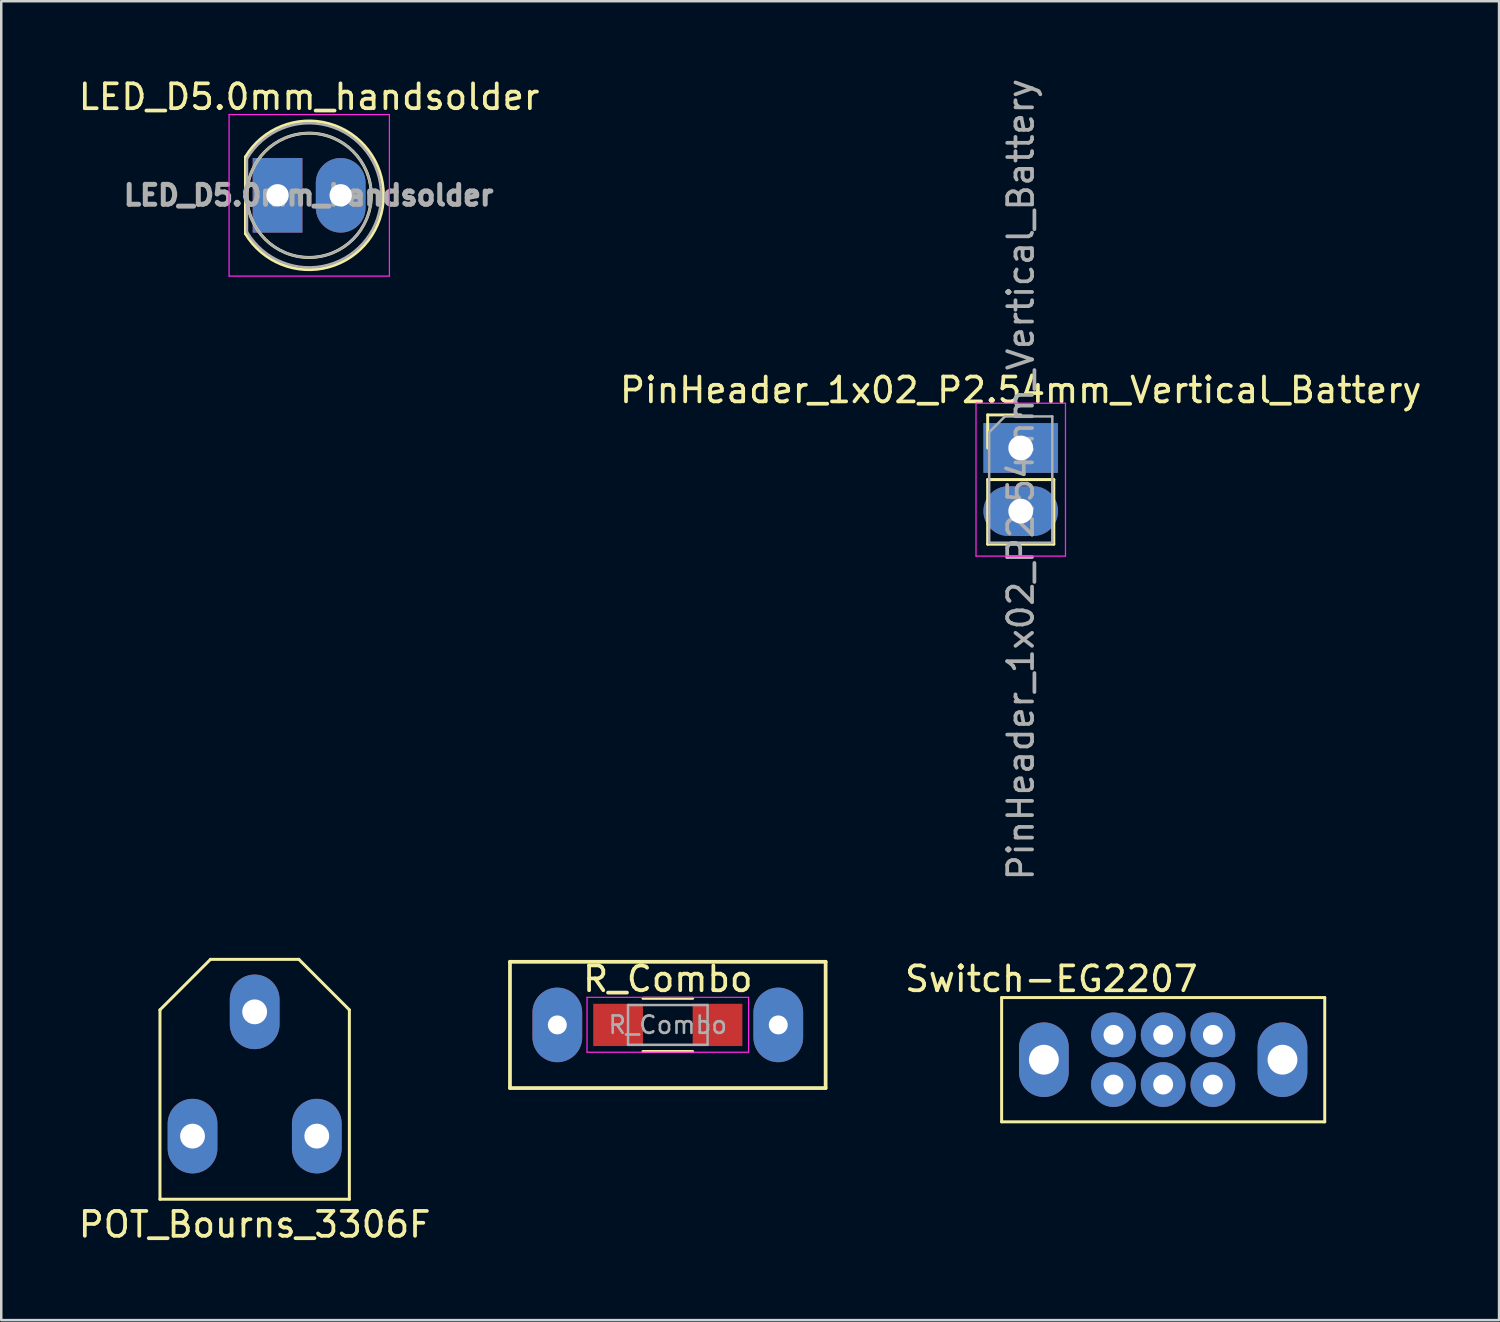
<source format=kicad_pcb>
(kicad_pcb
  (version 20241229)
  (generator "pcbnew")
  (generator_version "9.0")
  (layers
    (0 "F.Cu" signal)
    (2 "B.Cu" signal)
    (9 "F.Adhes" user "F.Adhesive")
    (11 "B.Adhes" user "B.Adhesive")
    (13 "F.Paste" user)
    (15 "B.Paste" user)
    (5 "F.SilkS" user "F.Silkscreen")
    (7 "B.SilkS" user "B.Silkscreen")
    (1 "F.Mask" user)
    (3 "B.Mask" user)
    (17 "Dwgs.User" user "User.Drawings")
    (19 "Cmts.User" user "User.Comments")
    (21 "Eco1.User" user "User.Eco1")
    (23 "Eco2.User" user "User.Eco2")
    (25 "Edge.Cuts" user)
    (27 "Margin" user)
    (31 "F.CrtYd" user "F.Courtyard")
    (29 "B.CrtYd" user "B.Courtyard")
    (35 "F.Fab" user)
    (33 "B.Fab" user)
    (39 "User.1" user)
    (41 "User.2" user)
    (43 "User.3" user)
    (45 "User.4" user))
  (footprint "LED_D5.0mm_handsolder"
    (layer "F.Cu")
    (at 8.117 4.808)
    (property "Reference" "LED_D5.0mm_handsolder" (at 1.27 -3.96 0) (layer "F.SilkS") (effects (font (size 1 1) (thickness 0.15))))
    (attr through_hole)
    (fp_line (start -1.29 -1.545) (end -1.29 1.545) (stroke (width 0.12) (type solid)) (layer "F.SilkS"))
    (fp_arc (start -1.29 -1.54483) (mid 2.072002 -2.880433) (end 4.26 0.000462) (stroke (width 0.12) (type solid)) (layer "F.SilkS"))
    (fp_arc (start 4.26 -0.000462) (mid 2.072002 2.880433) (end -1.29 1.54483) (stroke (width 0.12) (type solid)) (layer "F.SilkS"))
    (fp_circle (center 1.27 0) (end 3.77 0) (stroke (width 0.12) (type solid)) (fill no) (layer "F.SilkS"))
    (fp_line (start -1.95 -3.25) (end -1.95 3.25) (stroke (width 0.05) (type solid)) (layer "F.CrtYd"))
    (fp_line (start -1.95 3.25) (end 4.5 3.25) (stroke (width 0.05) (type solid)) (layer "F.CrtYd"))
    (fp_line (start 4.5 -3.25) (end -1.95 -3.25) (stroke (width 0.05) (type solid)) (layer "F.CrtYd"))
    (fp_line (start 4.5 3.25) (end 4.5 -3.25) (stroke (width 0.05) (type solid)) (layer "F.CrtYd"))
    (fp_line (start -1.23 -1.47) (end -1.23 1.47) (stroke (width 0.1) (type solid)) (layer "F.Fab"))
    (fp_arc (start -1.23 -1.469694) (mid 4.17 0.000016) (end -1.230016 1.469666) (stroke (width 0.1) (type solid)) (layer "F.Fab"))
    (fp_circle (center 1.27 0) (end 3.77 0) (stroke (width 0.1) (type solid)) (fill no) (layer "F.Fab"))
    (fp_text user "${REFERENCE}" (at 1.25 0 0) (layer "F.Fab") (effects (font (size 0.8 0.8) (thickness 0.2))))
    (pad "1" thru_hole rect (at 0 0) (size 2 3) (drill 0.9) (layers "*.Cu" "*.Mask"))
    (pad "2" thru_hole oval (at 2.54 0) (size 2 3) (drill 0.9) (layers "*.Cu" "*.Mask")))
  (footprint "PinHeader_1x02_P2.54mm_Vertical_Battery"
    (layer "F.Cu")
    (at 38.018 14.974)
    (property "Reference" "PinHeader_1x02_P2.54mm_Vertical_Battery" (at 0 -2.33 0) (layer "F.SilkS") (effects (font (size 1 1) (thickness 0.15))))
    (attr through_hole)
    (fp_line (start -1.33 -1.33) (end 0 -1.33) (stroke (width 0.12) (type solid)) (layer "F.SilkS"))
    (fp_line (start -1.33 0) (end -1.33 -1.33) (stroke (width 0.12) (type solid)) (layer "F.SilkS"))
    (fp_line (start -1.33 1.27) (end -1.33 3.87) (stroke (width 0.12) (type solid)) (layer "F.SilkS"))
    (fp_line (start -1.33 1.27) (end 1.33 1.27) (stroke (width 0.12) (type solid)) (layer "F.SilkS"))
    (fp_line (start -1.33 3.87) (end 1.33 3.87) (stroke (width 0.12) (type solid)) (layer "F.SilkS"))
    (fp_line (start 1.33 1.27) (end 1.33 3.87) (stroke (width 0.12) (type solid)) (layer "F.SilkS"))
    (fp_line (start -1.8 -1.8) (end -1.8 4.35) (stroke (width 0.05) (type solid)) (layer "F.CrtYd"))
    (fp_line (start -1.8 4.35) (end 1.8 4.35) (stroke (width 0.05) (type solid)) (layer "F.CrtYd"))
    (fp_line (start 1.8 -1.8) (end -1.8 -1.8) (stroke (width 0.05) (type solid)) (layer "F.CrtYd"))
    (fp_line (start 1.8 4.35) (end 1.8 -1.8) (stroke (width 0.05) (type solid)) (layer "F.CrtYd"))
    (fp_line (start -1.27 -0.635) (end -0.635 -1.27) (stroke (width 0.1) (type solid)) (layer "F.Fab"))
    (fp_line (start -1.27 3.81) (end -1.27 -0.635) (stroke (width 0.1) (type solid)) (layer "F.Fab"))
    (fp_line (start -0.635 -1.27) (end 1.27 -1.27) (stroke (width 0.1) (type solid)) (layer "F.Fab"))
    (fp_line (start 1.27 -1.27) (end 1.27 3.81) (stroke (width 0.1) (type solid)) (layer "F.Fab"))
    (fp_line (start 1.27 3.81) (end -1.27 3.81) (stroke (width 0.1) (type solid)) (layer "F.Fab"))
    (fp_text user "${REFERENCE}" (at 0 1.27 90) (layer "F.Fab") (effects (font (size 1 1) (thickness 0.15))))
    (pad "1" thru_hole rect (at 0 0) (size 3 2) (drill 1) (layers "*.Cu" "*.Mask"))
    (pad "2" thru_hole oval (at 0 2.54) (size 3 2) (drill 1) (layers "*.Cu" "*.Mask")))
  (footprint "Switch-EG2207"
    (layer "F.Cu")
    (at 43.749 39.586)
    (property "Reference" "Switch-EG2207" (at -4.5 -3.25 0) (layer "F.SilkS") (effects (font (size 1 1) (thickness 0.15))))
    (attr through_hole)
    (fp_line (start -6.5 -2.5) (end 6.5 -2.5) (stroke (width 0.12) (type solid)) (layer "F.SilkS"))
    (fp_line (start -6.5 2.5) (end -6.5 -2.5) (stroke (width 0.12) (type solid)) (layer "F.SilkS"))
    (fp_line (start 6.5 -2.5) (end 6.5 2.5) (stroke (width 0.12) (type solid)) (layer "F.SilkS"))
    (fp_line (start 6.5 2.5) (end -6.5 2.5) (stroke (width 0.12) (type solid)) (layer "F.SilkS"))
    (pad "" thru_hole oval (at -4.8 0) (size 2 3) (drill 1.2) (layers "*.Cu" "*.Mask"))
    (pad "" thru_hole oval (at 4.8 0) (size 2 3) (drill 1.2) (layers "*.Cu" "*.Mask"))
    (pad "1" thru_hole circle (at -2 -1) (size 1.8 1.8) (drill 0.8) (layers "*.Cu" "*.Mask"))
    (pad "2" thru_hole circle (at 0 -1) (size 1.8 1.8) (drill 0.8) (layers "*.Cu" "*.Mask"))
    (pad "3" thru_hole circle (at 2 -1) (size 1.8 1.8) (drill 0.8) (layers "*.Cu" "*.Mask"))
    (pad "4" thru_hole circle (at -2 1) (size 1.8 1.8) (drill 0.8) (layers "*.Cu" "*.Mask"))
    (pad "5" thru_hole circle (at 0 1) (size 1.8 1.8) (drill 0.8) (layers "*.Cu" "*.Mask"))
    (pad "6" thru_hole circle (at 2 1) (size 1.8 1.8) (drill 0.8) (layers "*.Cu" "*.Mask")))
  (footprint "R_Combo"
    (layer "F.Cu")
    (at 23.818 38.186)
    (property "Reference" "R_Combo" (at 0 -1.85 0) (layer "F.SilkS") (effects (font (size 1 1) (thickness 0.15))))
    (attr smd)
    (fp_line (start -6.35 -2.54) (end -6.35 2.54) (stroke (width 0.15) (type solid)) (layer "F.SilkS"))
    (fp_line (start -6.35 2.54) (end 6.35 2.54) (stroke (width 0.15) (type solid)) (layer "F.SilkS"))
    (fp_line (start -1 -1.07) (end 1 -1.07) (stroke (width 0.12) (type solid)) (layer "F.SilkS"))
    (fp_line (start 1 1.07) (end -1 1.07) (stroke (width 0.12) (type solid)) (layer "F.SilkS"))
    (fp_line (start 6.35 -2.54) (end -6.35 -2.54) (stroke (width 0.15) (type solid)) (layer "F.SilkS"))
    (fp_line (start 6.35 2.54) (end 6.35 -2.54) (stroke (width 0.15) (type solid)) (layer "F.SilkS"))
    (fp_line (start -3.25 -1.11) (end -3.25 1.1) (stroke (width 0.05) (type solid)) (layer "F.CrtYd"))
    (fp_line (start -3.25 -1.11) (end 3.25 -1.11) (stroke (width 0.05) (type solid)) (layer "F.CrtYd"))
    (fp_line (start 3.25 1.1) (end -3.25 1.1) (stroke (width 0.05) (type solid)) (layer "F.CrtYd"))
    (fp_line (start 3.25 1.1) (end 3.25 -1.11) (stroke (width 0.05) (type solid)) (layer "F.CrtYd"))
    (fp_line (start -1.6 -0.8) (end 1.6 -0.8) (stroke (width 0.1) (type solid)) (layer "F.Fab"))
    (fp_line (start -1.6 0.8) (end -1.6 -0.8) (stroke (width 0.1) (type solid)) (layer "F.Fab"))
    (fp_line (start 1.6 -0.8) (end 1.6 0.8) (stroke (width 0.1) (type solid)) (layer "F.Fab"))
    (fp_line (start 1.6 0.8) (end -1.6 0.8) (stroke (width 0.1) (type solid)) (layer "F.Fab"))
    (fp_text user "${REFERENCE}" (at 0 0 0) (layer "F.Fab") (effects (font (size 0.7 0.7) (thickness 0.105))))
    (pad "1" thru_hole oval (at -4.445 0) (size 2 3) (drill 0.762) (layers "*.Cu" "*.Mask"))
    (pad "1" smd rect (at -2 0) (size 2 1.7) (layers "F.Cu" "F.Mask" "F.Paste"))
    (pad "2" smd rect (at 2 0) (size 2 1.7) (layers "F.Cu" "F.Mask" "F.Paste"))
    (pad "2" thru_hole oval (at 4.445 0) (size 2 3) (drill 0.762) (layers "*.Cu" "*.Mask")))
  (footprint "POT_Bourns_3306F"
    (layer "F.Cu")
    (at 7.196 42.66)
    (property "Reference" "POT_Bourns_3306F" (at 0 3.556 0) (layer "F.SilkS") (effects (font (size 1 1) (thickness 0.15))))
    (attr through_hole)
    (fp_line (start -3.81 -5.08) (end -3.81 2.54) (stroke (width 0.12) (type solid)) (layer "F.SilkS"))
    (fp_line (start -3.81 2.54) (end 3.81 2.54) (stroke (width 0.12) (type solid)) (layer "F.SilkS"))
    (fp_line (start -1.778 -7.112) (end -3.81 -5.08) (stroke (width 0.12) (type solid)) (layer "F.SilkS"))
    (fp_line (start 1.778 -7.112) (end -1.778 -7.112) (stroke (width 0.12) (type solid)) (layer "F.SilkS"))
    (fp_line (start 3.81 -5.08) (end 1.778 -7.112) (stroke (width 0.12) (type solid)) (layer "F.SilkS"))
    (fp_line (start 3.81 2.54) (end 3.81 -5.08) (stroke (width 0.12) (type solid)) (layer "F.SilkS"))
    (pad "1" thru_hole oval (at -2.5 0) (size 2 3) (drill 1) (layers "*.Cu" "*.Mask"))
    (pad "2" thru_hole oval (at 0 -5) (size 2 3) (drill 1) (layers "*.Cu" "*.Mask"))
    (pad "3" thru_hole oval (at 2.5 0) (size 2 3) (drill 1) (layers "*.Cu" "*.Mask")))
  (gr_rect
    (start -3 -3)
    (end 57.262 50.064)
    (stroke (width 0.1) (type default))
    (fill no)
    (layer "Edge.Cuts")))
</source>
